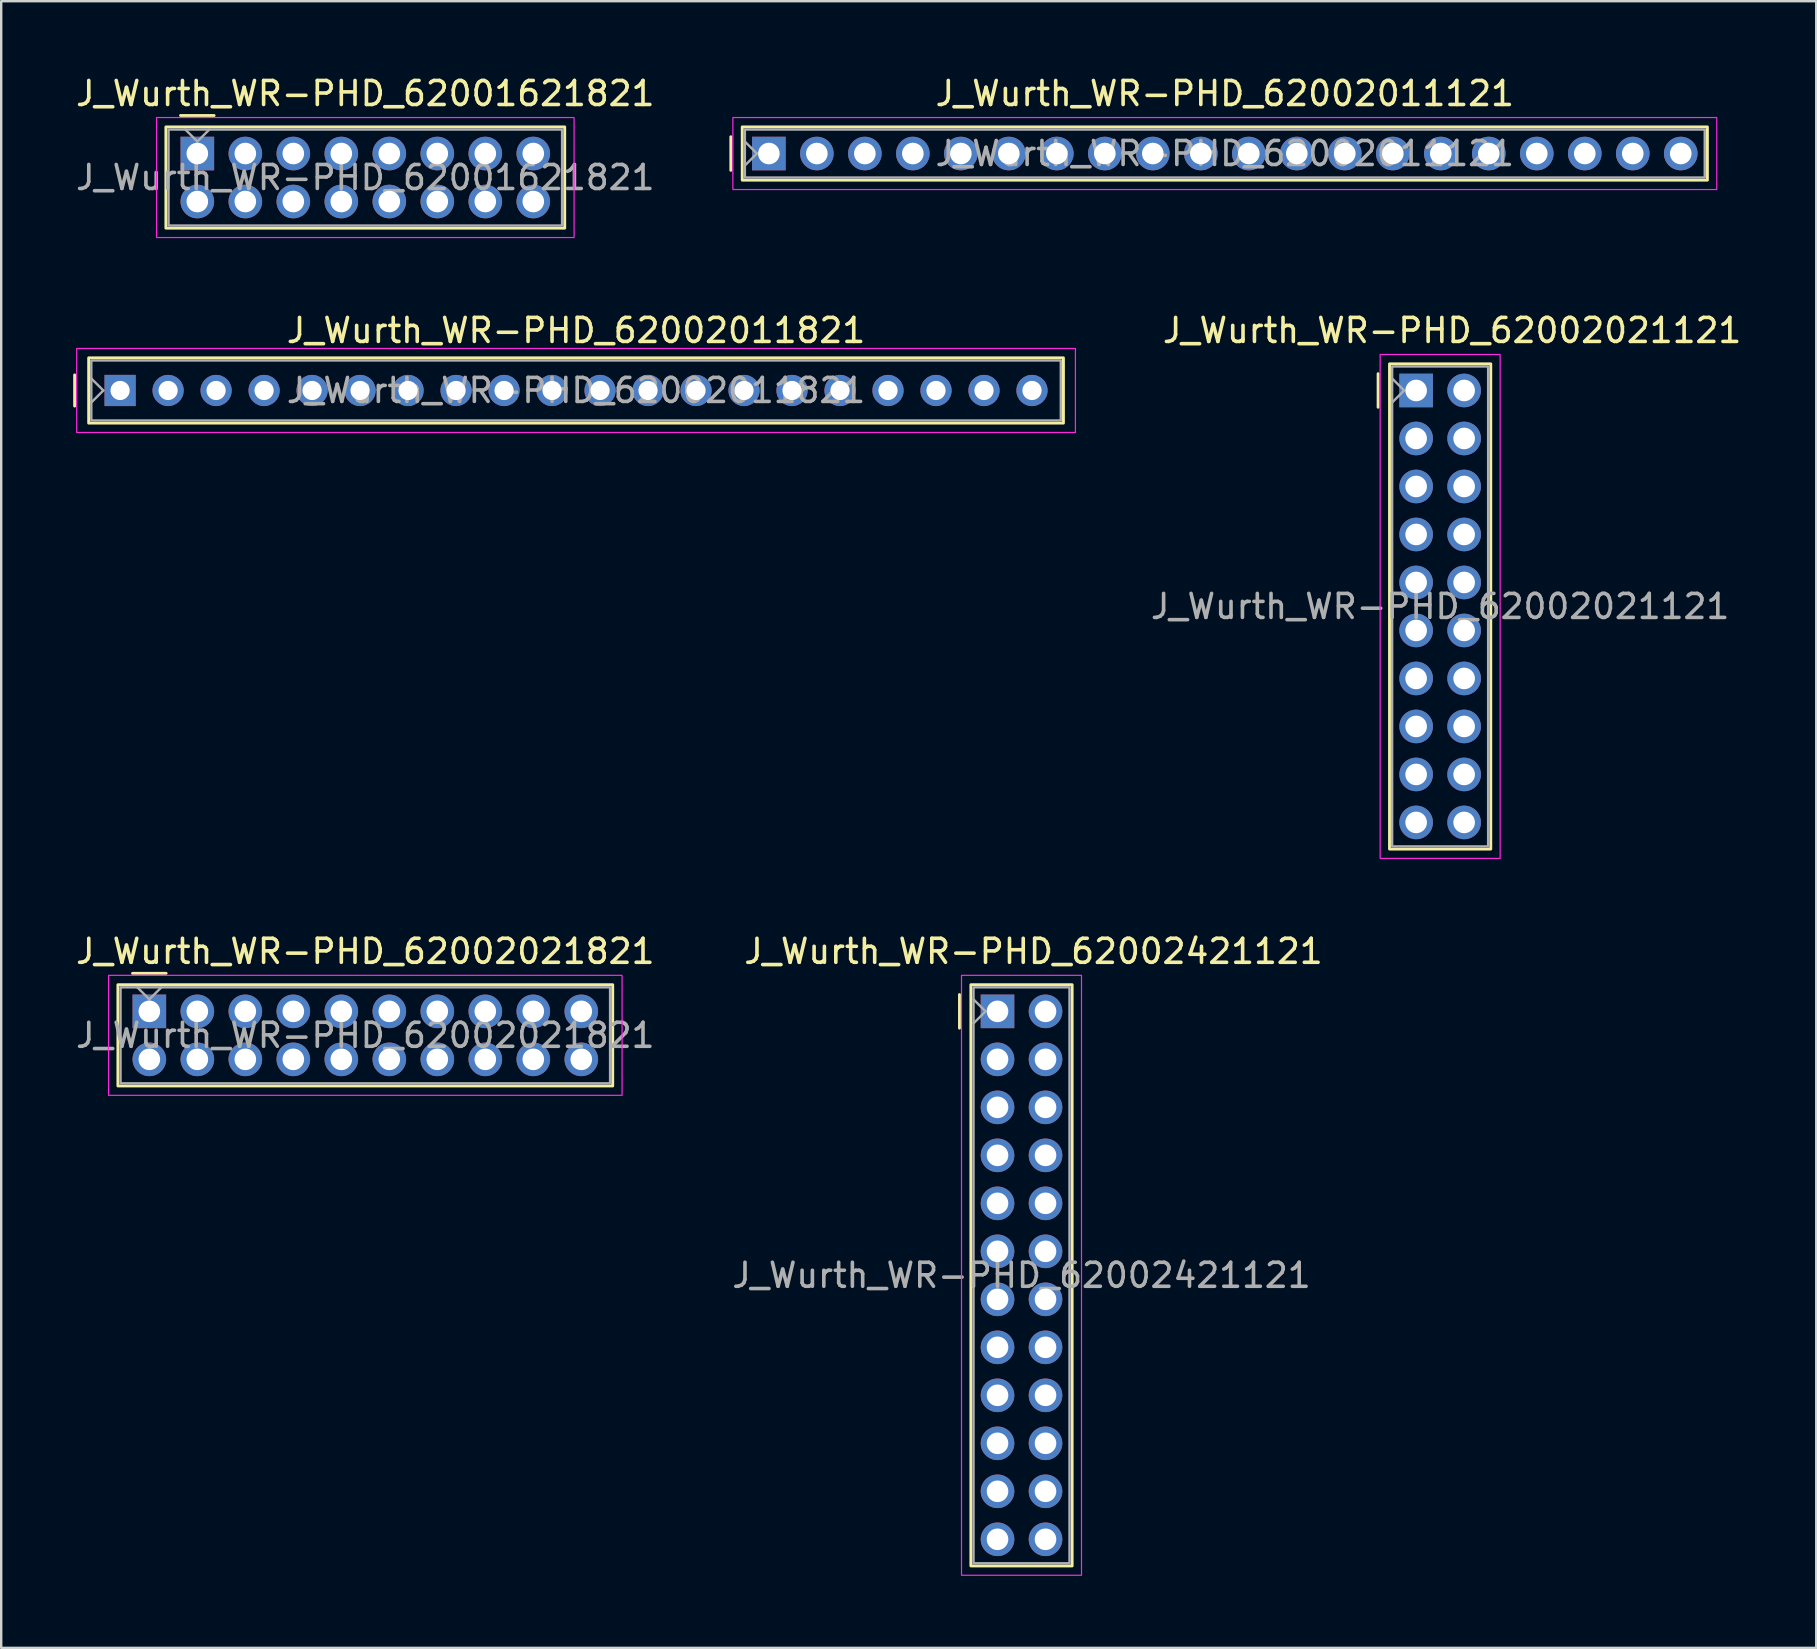
<source format=kicad_pcb>
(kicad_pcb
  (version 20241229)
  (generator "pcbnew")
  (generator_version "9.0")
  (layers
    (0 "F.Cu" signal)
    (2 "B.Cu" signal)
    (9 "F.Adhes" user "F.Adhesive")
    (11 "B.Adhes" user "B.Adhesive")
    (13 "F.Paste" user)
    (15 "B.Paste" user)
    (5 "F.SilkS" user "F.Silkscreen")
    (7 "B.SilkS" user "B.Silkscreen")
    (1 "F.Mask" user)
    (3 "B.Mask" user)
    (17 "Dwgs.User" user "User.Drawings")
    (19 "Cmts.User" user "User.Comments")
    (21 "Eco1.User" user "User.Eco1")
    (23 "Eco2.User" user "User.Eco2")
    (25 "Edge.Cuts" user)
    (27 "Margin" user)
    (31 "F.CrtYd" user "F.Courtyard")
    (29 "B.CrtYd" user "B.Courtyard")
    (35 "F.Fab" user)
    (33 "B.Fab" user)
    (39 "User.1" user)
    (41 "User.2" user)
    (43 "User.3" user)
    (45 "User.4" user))
  (footprint "J_Wurth_WR-PHD_62002011821"
    (layer "F.Cu")
    (at 1.955 13.222)
    (property "Reference" "J_Wurth_WR-PHD_62002011821" (at 19 -2.5 0) (unlocked yes) (layer "F.SilkS") (effects (font (size 1 1) (thickness 0.15))))
    (attr through_hole)
    (fp_line (start -1.895 -0.65) (end -1.895 0.65) (stroke (width 0.12) (type solid)) (layer "F.SilkS"))
    (fp_rect (start -1.31 -1.36) (end 39.31 1.36) (stroke (width 0.12) (type solid)) (fill no) (layer "F.SilkS"))
    (fp_rect (start -1.81 -1.75) (end 39.81 1.75) (stroke (width 0.05) (type solid)) (fill no) (layer "F.CrtYd"))
    (fp_line (start -1.2 -0.5) (end -0.7 0) (stroke (width 0.1) (type default)) (layer "F.Fab"))
    (fp_line (start -0.7 0) (end -1.2 0.5) (stroke (width 0.1) (type default)) (layer "F.Fab"))
    (fp_rect (start -1.2 -1.25) (end 39.2 1.25) (stroke (width 0.1) (type solid)) (fill no) (layer "F.Fab"))
    (fp_text user "${REFERENCE}" (at 19 0 0) (unlocked yes) (layer "F.Fab") (effects (font (size 1 1) (thickness 0.15))))
    (pad "1" thru_hole rect (at 0 0) (size 1.3 1.3) (drill 0.8) (layers "*.Cu" "*.Mask"))
    (pad "2" thru_hole circle (at 2 0) (size 1.3 1.3) (drill 0.8) (layers "*.Cu" "*.Mask"))
    (pad "3" thru_hole circle (at 4 0) (size 1.3 1.3) (drill 0.8) (layers "*.Cu" "*.Mask"))
    (pad "4" thru_hole circle (at 6 0) (size 1.3 1.3) (drill 0.8) (layers "*.Cu" "*.Mask"))
    (pad "5" thru_hole circle (at 8 0) (size 1.3 1.3) (drill 0.8) (layers "*.Cu" "*.Mask"))
    (pad "6" thru_hole circle (at 10 0) (size 1.3 1.3) (drill 0.8) (layers "*.Cu" "*.Mask"))
    (pad "7" thru_hole circle (at 12 0) (size 1.3 1.3) (drill 0.8) (layers "*.Cu" "*.Mask"))
    (pad "8" thru_hole circle (at 14 0) (size 1.3 1.3) (drill 0.8) (layers "*.Cu" "*.Mask"))
    (pad "9" thru_hole circle (at 16 0) (size 1.3 1.3) (drill 0.8) (layers "*.Cu" "*.Mask"))
    (pad "10" thru_hole circle (at 18 0) (size 1.3 1.3) (drill 0.8) (layers "*.Cu" "*.Mask"))
    (pad "11" thru_hole circle (at 20 0) (size 1.3 1.3) (drill 0.8) (layers "*.Cu" "*.Mask"))
    (pad "12" thru_hole circle (at 22 0) (size 1.3 1.3) (drill 0.8) (layers "*.Cu" "*.Mask"))
    (pad "13" thru_hole circle (at 24 0) (size 1.3 1.3) (drill 0.8) (layers "*.Cu" "*.Mask"))
    (pad "14" thru_hole circle (at 26 0) (size 1.3 1.3) (drill 0.8) (layers "*.Cu" "*.Mask"))
    (pad "15" thru_hole circle (at 28 0) (size 1.3 1.3) (drill 0.8) (layers "*.Cu" "*.Mask"))
    (pad "16" thru_hole circle (at 30 0) (size 1.3 1.3) (drill 0.8) (layers "*.Cu" "*.Mask"))
    (pad "17" thru_hole circle (at 32 0) (size 1.3 1.3) (drill 0.8) (layers "*.Cu" "*.Mask"))
    (pad "18" thru_hole circle (at 34 0) (size 1.3 1.3) (drill 0.8) (layers "*.Cu" "*.Mask"))
    (pad "19" thru_hole circle (at 36 0) (size 1.3 1.3) (drill 0.8) (layers "*.Cu" "*.Mask"))
    (pad "20" thru_hole circle (at 38 0) (size 1.3 1.3) (drill 0.8) (layers "*.Cu" "*.Mask")))
  (footprint "J_Wurth_WR-PHD_62001621821"
    (layer "F.Cu")
    (at 5.173 3.348)
    (property "Reference" "J_Wurth_WR-PHD_62001621821" (at 7 -2.5 0) (unlocked yes) (layer "F.SilkS") (effects (font (size 1 1) (thickness 0.15))))
    (attr through_hole)
    (fp_line (start 0.7 -1.585) (end -0.7 -1.585) (stroke (width 0.12) (type solid)) (layer "F.SilkS"))
    (fp_rect (start -1.31 -1.11) (end 15.31 3.11) (stroke (width 0.12) (type solid)) (fill no) (layer "F.SilkS"))
    (fp_rect (start -1.7 -1.5) (end 15.7 3.5) (stroke (width 0.05) (type solid)) (fill no) (layer "F.CrtYd"))
    (fp_line (start 0 -0.5) (end -0.5 -1) (stroke (width 0.1) (type default)) (layer "F.Fab"))
    (fp_line (start 0.5 -1) (end 0 -0.5) (stroke (width 0.1) (type default)) (layer "F.Fab"))
    (fp_rect (start -1.2 -1) (end 15.2 3) (stroke (width 0.1) (type solid)) (fill no) (layer "F.Fab"))
    (fp_text user "${REFERENCE}" (at 7 1 0) (unlocked yes) (layer "F.Fab") (effects (font (size 1 1) (thickness 0.15))))
    (pad "1" thru_hole rect (at 0 0 180) (size 1.4 1.4) (drill 0.9) (layers "*.Cu" "*.Mask"))
    (pad "2" thru_hole circle (at 0 2 180) (size 1.4 1.4) (drill 0.9) (layers "*.Cu" "*.Mask"))
    (pad "3" thru_hole circle (at 2 0 180) (size 1.4 1.4) (drill 0.9) (layers "*.Cu" "*.Mask"))
    (pad "4" thru_hole circle (at 2 2 180) (size 1.4 1.4) (drill 0.9) (layers "*.Cu" "*.Mask"))
    (pad "5" thru_hole circle (at 4 0 180) (size 1.4 1.4) (drill 0.9) (layers "*.Cu" "*.Mask"))
    (pad "6" thru_hole circle (at 4 2 180) (size 1.4 1.4) (drill 0.9) (layers "*.Cu" "*.Mask"))
    (pad "7" thru_hole circle (at 6 0 180) (size 1.4 1.4) (drill 0.9) (layers "*.Cu" "*.Mask"))
    (pad "8" thru_hole circle (at 6 2 180) (size 1.4 1.4) (drill 0.9) (layers "*.Cu" "*.Mask"))
    (pad "9" thru_hole circle (at 8 0 180) (size 1.4 1.4) (drill 0.9) (layers "*.Cu" "*.Mask"))
    (pad "10" thru_hole circle (at 8 2 180) (size 1.4 1.4) (drill 0.9) (layers "*.Cu" "*.Mask"))
    (pad "11" thru_hole circle (at 10 0 180) (size 1.4 1.4) (drill 0.9) (layers "*.Cu" "*.Mask"))
    (pad "12" thru_hole circle (at 10 2 180) (size 1.4 1.4) (drill 0.9) (layers "*.Cu" "*.Mask"))
    (pad "13" thru_hole circle (at 12 0 180) (size 1.4 1.4) (drill 0.9) (layers "*.Cu" "*.Mask"))
    (pad "14" thru_hole circle (at 12 2 180) (size 1.4 1.4) (drill 0.9) (layers "*.Cu" "*.Mask"))
    (pad "15" thru_hole circle (at 14 0 180) (size 1.4 1.4) (drill 0.9) (layers "*.Cu" "*.Mask"))
    (pad "16" thru_hole circle (at 14 2 180) (size 1.4 1.4) (drill 0.9) (layers "*.Cu" "*.Mask")))
  (footprint "J_Wurth_WR-PHD_62002011121"
    (layer "F.Cu")
    (at 28.99 3.348)
    (property "Reference" "J_Wurth_WR-PHD_62002011121" (at 19 -2.5 0) (unlocked yes) (layer "F.SilkS") (effects (font (size 1 1) (thickness 0.15))))
    (attr through_hole)
    (fp_line (start -1.585 -0.7) (end -1.585 0.7) (stroke (width 0.12) (type solid)) (layer "F.SilkS"))
    (fp_rect (start -1.11 -1.11) (end 39.11 1.11) (stroke (width 0.12) (type solid)) (fill no) (layer "F.SilkS"))
    (fp_rect (start -1.5 -1.5) (end 39.5 1.5) (stroke (width 0.05) (type solid)) (fill no) (layer "F.CrtYd"))
    (fp_line (start -1 -0.5) (end -0.5 0) (stroke (width 0.1) (type default)) (layer "F.Fab"))
    (fp_line (start -0.5 0) (end -1 0.5) (stroke (width 0.1) (type default)) (layer "F.Fab"))
    (fp_rect (start -1 -1) (end 39 1) (stroke (width 0.1) (type solid)) (fill no) (layer "F.Fab"))
    (fp_text user "${REFERENCE}" (at 19 0 0) (unlocked yes) (layer "F.Fab") (effects (font (size 1 1) (thickness 0.15))))
    (pad "1" thru_hole rect (at 0 0) (size 1.4 1.4) (drill 0.9) (layers "*.Cu" "*.Mask"))
    (pad "2" thru_hole circle (at 2 0) (size 1.4 1.4) (drill 0.9) (layers "*.Cu" "*.Mask"))
    (pad "3" thru_hole circle (at 4 0) (size 1.4 1.4) (drill 0.9) (layers "*.Cu" "*.Mask"))
    (pad "4" thru_hole circle (at 6 0) (size 1.4 1.4) (drill 0.9) (layers "*.Cu" "*.Mask"))
    (pad "5" thru_hole circle (at 8 0) (size 1.4 1.4) (drill 0.9) (layers "*.Cu" "*.Mask"))
    (pad "6" thru_hole circle (at 10 0) (size 1.4 1.4) (drill 0.9) (layers "*.Cu" "*.Mask"))
    (pad "7" thru_hole circle (at 12 0) (size 1.4 1.4) (drill 0.9) (layers "*.Cu" "*.Mask"))
    (pad "8" thru_hole circle (at 14 0) (size 1.4 1.4) (drill 0.9) (layers "*.Cu" "*.Mask"))
    (pad "9" thru_hole circle (at 16 0) (size 1.4 1.4) (drill 0.9) (layers "*.Cu" "*.Mask"))
    (pad "10" thru_hole circle (at 18 0) (size 1.4 1.4) (drill 0.9) (layers "*.Cu" "*.Mask"))
    (pad "11" thru_hole circle (at 20 0) (size 1.4 1.4) (drill 0.9) (layers "*.Cu" "*.Mask"))
    (pad "12" thru_hole circle (at 22 0) (size 1.4 1.4) (drill 0.9) (layers "*.Cu" "*.Mask"))
    (pad "13" thru_hole circle (at 24 0) (size 1.4 1.4) (drill 0.9) (layers "*.Cu" "*.Mask"))
    (pad "14" thru_hole circle (at 26 0) (size 1.4 1.4) (drill 0.9) (layers "*.Cu" "*.Mask"))
    (pad "15" thru_hole circle (at 28 0) (size 1.4 1.4) (drill 0.9) (layers "*.Cu" "*.Mask"))
    (pad "16" thru_hole circle (at 30 0) (size 1.4 1.4) (drill 0.9) (layers "*.Cu" "*.Mask"))
    (pad "17" thru_hole circle (at 32 0) (size 1.4 1.4) (drill 0.9) (layers "*.Cu" "*.Mask"))
    (pad "18" thru_hole circle (at 34 0) (size 1.4 1.4) (drill 0.9) (layers "*.Cu" "*.Mask"))
    (pad "19" thru_hole circle (at 36 0) (size 1.4 1.4) (drill 0.9) (layers "*.Cu" "*.Mask"))
    (pad "20" thru_hole circle (at 38 0) (size 1.4 1.4) (drill 0.9) (layers "*.Cu" "*.Mask")))
  (footprint "J_Wurth_WR-PHD_62002021121"
    (layer "F.Cu")
    (at 55.963 13.222)
    (property "Reference" "J_Wurth_WR-PHD_62002021121" (at 1.5 -2.5 0) (unlocked yes) (layer "F.SilkS") (effects (font (size 1 1) (thickness 0.15))))
    (attr through_hole)
    (fp_line (start -1.585 -0.7) (end -1.585 0.7) (stroke (width 0.12) (type solid)) (layer "F.SilkS"))
    (fp_rect (start -1.11 -1.11) (end 3.11 19.11) (stroke (width 0.12) (type solid)) (fill no) (layer "F.SilkS"))
    (fp_rect (start -1.5 -1.5) (end 3.5 19.5) (stroke (width 0.05) (type solid)) (fill no) (layer "F.CrtYd"))
    (fp_line (start -1 -0.5) (end -0.5 0) (stroke (width 0.1) (type default)) (layer "F.Fab"))
    (fp_line (start -0.5 0) (end -1 0.5) (stroke (width 0.1) (type default)) (layer "F.Fab"))
    (fp_rect (start -1 -1) (end 3 19) (stroke (width 0.1) (type solid)) (fill no) (layer "F.Fab"))
    (fp_text user "${REFERENCE}" (at 1 9 0) (unlocked yes) (layer "F.Fab") (effects (font (size 1 1) (thickness 0.15))))
    (pad "1" thru_hole rect (at 0 0) (size 1.4 1.4) (drill 0.9) (layers "*.Cu" "*.Mask"))
    (pad "2" thru_hole circle (at 2 0) (size 1.4 1.4) (drill 0.9) (layers "*.Cu" "*.Mask"))
    (pad "3" thru_hole circle (at 0 2) (size 1.4 1.4) (drill 0.9) (layers "*.Cu" "*.Mask"))
    (pad "4" thru_hole circle (at 2 2) (size 1.4 1.4) (drill 0.9) (layers "*.Cu" "*.Mask"))
    (pad "5" thru_hole circle (at 0 4) (size 1.4 1.4) (drill 0.9) (layers "*.Cu" "*.Mask"))
    (pad "6" thru_hole circle (at 2 4) (size 1.4 1.4) (drill 0.9) (layers "*.Cu" "*.Mask"))
    (pad "7" thru_hole circle (at 0 6) (size 1.4 1.4) (drill 0.9) (layers "*.Cu" "*.Mask"))
    (pad "8" thru_hole circle (at 2 6) (size 1.4 1.4) (drill 0.9) (layers "*.Cu" "*.Mask"))
    (pad "9" thru_hole circle (at 0 8) (size 1.4 1.4) (drill 0.9) (layers "*.Cu" "*.Mask"))
    (pad "10" thru_hole circle (at 2 8) (size 1.4 1.4) (drill 0.9) (layers "*.Cu" "*.Mask"))
    (pad "11" thru_hole circle (at 0 10) (size 1.4 1.4) (drill 0.9) (layers "*.Cu" "*.Mask"))
    (pad "12" thru_hole circle (at 2 10) (size 1.4 1.4) (drill 0.9) (layers "*.Cu" "*.Mask"))
    (pad "13" thru_hole circle (at 0 12) (size 1.4 1.4) (drill 0.9) (layers "*.Cu" "*.Mask"))
    (pad "14" thru_hole circle (at 2 12) (size 1.4 1.4) (drill 0.9) (layers "*.Cu" "*.Mask"))
    (pad "15" thru_hole circle (at 0 14) (size 1.4 1.4) (drill 0.9) (layers "*.Cu" "*.Mask"))
    (pad "16" thru_hole circle (at 2 14) (size 1.4 1.4) (drill 0.9) (layers "*.Cu" "*.Mask"))
    (pad "17" thru_hole circle (at 0 16) (size 1.4 1.4) (drill 0.9) (layers "*.Cu" "*.Mask"))
    (pad "18" thru_hole circle (at 2 16) (size 1.4 1.4) (drill 0.9) (layers "*.Cu" "*.Mask"))
    (pad "19" thru_hole circle (at 0 18) (size 1.4 1.4) (drill 0.9) (layers "*.Cu" "*.Mask"))
    (pad "20" thru_hole circle (at 2 18) (size 1.4 1.4) (drill 0.9) (layers "*.Cu" "*.Mask")))
  (footprint "J_Wurth_WR-PHD_62002021821"
    (layer "F.Cu")
    (at 3.173 39.095)
    (property "Reference" "J_Wurth_WR-PHD_62002021821" (at 9 -2.5 0) (unlocked yes) (layer "F.SilkS") (effects (font (size 1 1) (thickness 0.15))))
    (attr through_hole)
    (fp_line (start 0.7 -1.585) (end -0.7 -1.585) (stroke (width 0.12) (type solid)) (layer "F.SilkS"))
    (fp_rect (start -1.31 -1.11) (end 19.31 3.11) (stroke (width 0.12) (type solid)) (fill no) (layer "F.SilkS"))
    (fp_rect (start -1.7 -1.5) (end 19.7 3.5) (stroke (width 0.05) (type solid)) (fill no) (layer "F.CrtYd"))
    (fp_line (start 0 -0.5) (end -0.5 -1) (stroke (width 0.1) (type default)) (layer "F.Fab"))
    (fp_line (start 0.5 -1) (end 0 -0.5) (stroke (width 0.1) (type default)) (layer "F.Fab"))
    (fp_rect (start -1.2 -1) (end 19.2 3) (stroke (width 0.1) (type solid)) (fill no) (layer "F.Fab"))
    (fp_text user "${REFERENCE}" (at 9 1 0) (unlocked yes) (layer "F.Fab") (effects (font (size 1 1) (thickness 0.15))))
    (pad "1" thru_hole rect (at 0 0 180) (size 1.4 1.4) (drill 0.9) (layers "*.Cu" "*.Mask"))
    (pad "2" thru_hole circle (at 0 2 180) (size 1.4 1.4) (drill 0.9) (layers "*.Cu" "*.Mask"))
    (pad "3" thru_hole circle (at 2 0 180) (size 1.4 1.4) (drill 0.9) (layers "*.Cu" "*.Mask"))
    (pad "4" thru_hole circle (at 2 2 180) (size 1.4 1.4) (drill 0.9) (layers "*.Cu" "*.Mask"))
    (pad "5" thru_hole circle (at 4 0 180) (size 1.4 1.4) (drill 0.9) (layers "*.Cu" "*.Mask"))
    (pad "6" thru_hole circle (at 4 2 180) (size 1.4 1.4) (drill 0.9) (layers "*.Cu" "*.Mask"))
    (pad "7" thru_hole circle (at 6 0 180) (size 1.4 1.4) (drill 0.9) (layers "*.Cu" "*.Mask"))
    (pad "8" thru_hole circle (at 6 2 180) (size 1.4 1.4) (drill 0.9) (layers "*.Cu" "*.Mask"))
    (pad "9" thru_hole circle (at 8 0 180) (size 1.4 1.4) (drill 0.9) (layers "*.Cu" "*.Mask"))
    (pad "10" thru_hole circle (at 8 2 180) (size 1.4 1.4) (drill 0.9) (layers "*.Cu" "*.Mask"))
    (pad "11" thru_hole circle (at 10 0 180) (size 1.4 1.4) (drill 0.9) (layers "*.Cu" "*.Mask"))
    (pad "12" thru_hole circle (at 10 2 180) (size 1.4 1.4) (drill 0.9) (layers "*.Cu" "*.Mask"))
    (pad "13" thru_hole circle (at 12 0 180) (size 1.4 1.4) (drill 0.9) (layers "*.Cu" "*.Mask"))
    (pad "14" thru_hole circle (at 12 2 180) (size 1.4 1.4) (drill 0.9) (layers "*.Cu" "*.Mask"))
    (pad "15" thru_hole circle (at 14 0 180) (size 1.4 1.4) (drill 0.9) (layers "*.Cu" "*.Mask"))
    (pad "16" thru_hole circle (at 14 2 180) (size 1.4 1.4) (drill 0.9) (layers "*.Cu" "*.Mask"))
    (pad "17" thru_hole circle (at 16 0 180) (size 1.4 1.4) (drill 0.9) (layers "*.Cu" "*.Mask"))
    (pad "18" thru_hole circle (at 16 2 180) (size 1.4 1.4) (drill 0.9) (layers "*.Cu" "*.Mask"))
    (pad "19" thru_hole circle (at 18 0 180) (size 1.4 1.4) (drill 0.9) (layers "*.Cu" "*.Mask"))
    (pad "20" thru_hole circle (at 18 2 180) (size 1.4 1.4) (drill 0.9) (layers "*.Cu" "*.Mask")))
  (footprint "J_Wurth_WR-PHD_62002421121"
    (layer "F.Cu")
    (at 38.518 39.095)
    (property "Reference" "J_Wurth_WR-PHD_62002421121" (at 1.5 -2.5 0) (unlocked yes) (layer "F.SilkS") (effects (font (size 1 1) (thickness 0.15))))
    (attr through_hole)
    (fp_line (start -1.585 -0.7) (end -1.585 0.7) (stroke (width 0.12) (type solid)) (layer "F.SilkS"))
    (fp_rect (start -1.11 -1.11) (end 3.11 23.11) (stroke (width 0.12) (type solid)) (fill no) (layer "F.SilkS"))
    (fp_rect (start -1.5 -1.5) (end 3.5 23.5) (stroke (width 0.05) (type solid)) (fill no) (layer "F.CrtYd"))
    (fp_line (start -1 -0.5) (end -0.5 0) (stroke (width 0.1) (type default)) (layer "F.Fab"))
    (fp_line (start -0.5 0) (end -1 0.5) (stroke (width 0.1) (type default)) (layer "F.Fab"))
    (fp_rect (start -1 -1) (end 3 23) (stroke (width 0.1) (type solid)) (fill no) (layer "F.Fab"))
    (fp_text user "${REFERENCE}" (at 1 11 0) (unlocked yes) (layer "F.Fab") (effects (font (size 1 1) (thickness 0.15))))
    (pad "1" thru_hole rect (at 0 0) (size 1.4 1.4) (drill 0.9) (layers "*.Cu" "*.Mask"))
    (pad "2" thru_hole circle (at 2 0) (size 1.4 1.4) (drill 0.9) (layers "*.Cu" "*.Mask"))
    (pad "3" thru_hole circle (at 0 2) (size 1.4 1.4) (drill 0.9) (layers "*.Cu" "*.Mask"))
    (pad "4" thru_hole circle (at 2 2) (size 1.4 1.4) (drill 0.9) (layers "*.Cu" "*.Mask"))
    (pad "5" thru_hole circle (at 0 4) (size 1.4 1.4) (drill 0.9) (layers "*.Cu" "*.Mask"))
    (pad "6" thru_hole circle (at 2 4) (size 1.4 1.4) (drill 0.9) (layers "*.Cu" "*.Mask"))
    (pad "7" thru_hole circle (at 0 6) (size 1.4 1.4) (drill 0.9) (layers "*.Cu" "*.Mask"))
    (pad "8" thru_hole circle (at 2 6) (size 1.4 1.4) (drill 0.9) (layers "*.Cu" "*.Mask"))
    (pad "9" thru_hole circle (at 0 8) (size 1.4 1.4) (drill 0.9) (layers "*.Cu" "*.Mask"))
    (pad "10" thru_hole circle (at 2 8) (size 1.4 1.4) (drill 0.9) (layers "*.Cu" "*.Mask"))
    (pad "11" thru_hole circle (at 0 10) (size 1.4 1.4) (drill 0.9) (layers "*.Cu" "*.Mask"))
    (pad "12" thru_hole circle (at 2 10) (size 1.4 1.4) (drill 0.9) (layers "*.Cu" "*.Mask"))
    (pad "13" thru_hole circle (at 0 12) (size 1.4 1.4) (drill 0.9) (layers "*.Cu" "*.Mask"))
    (pad "14" thru_hole circle (at 2 12) (size 1.4 1.4) (drill 0.9) (layers "*.Cu" "*.Mask"))
    (pad "15" thru_hole circle (at 0 14) (size 1.4 1.4) (drill 0.9) (layers "*.Cu" "*.Mask"))
    (pad "16" thru_hole circle (at 2 14) (size 1.4 1.4) (drill 0.9) (layers "*.Cu" "*.Mask"))
    (pad "17" thru_hole circle (at 0 16) (size 1.4 1.4) (drill 0.9) (layers "*.Cu" "*.Mask"))
    (pad "18" thru_hole circle (at 2 16) (size 1.4 1.4) (drill 0.9) (layers "*.Cu" "*.Mask"))
    (pad "19" thru_hole circle (at 0 18) (size 1.4 1.4) (drill 0.9) (layers "*.Cu" "*.Mask"))
    (pad "20" thru_hole circle (at 2 18) (size 1.4 1.4) (drill 0.9) (layers "*.Cu" "*.Mask"))
    (pad "21" thru_hole circle (at 0 20) (size 1.4 1.4) (drill 0.9) (layers "*.Cu" "*.Mask"))
    (pad "22" thru_hole circle (at 2 20) (size 1.4 1.4) (drill 0.9) (layers "*.Cu" "*.Mask"))
    (pad "23" thru_hole circle (at 0 22) (size 1.4 1.4) (drill 0.9) (layers "*.Cu" "*.Mask"))
    (pad "24" thru_hole circle (at 2 22) (size 1.4 1.4) (drill 0.9) (layers "*.Cu" "*.Mask")))
  (gr_rect
    (start -3 -3)
    (end 72.635 65.62)
    (stroke (width 0.1) (type default))
    (fill no)
    (layer "Edge.Cuts")))
</source>
